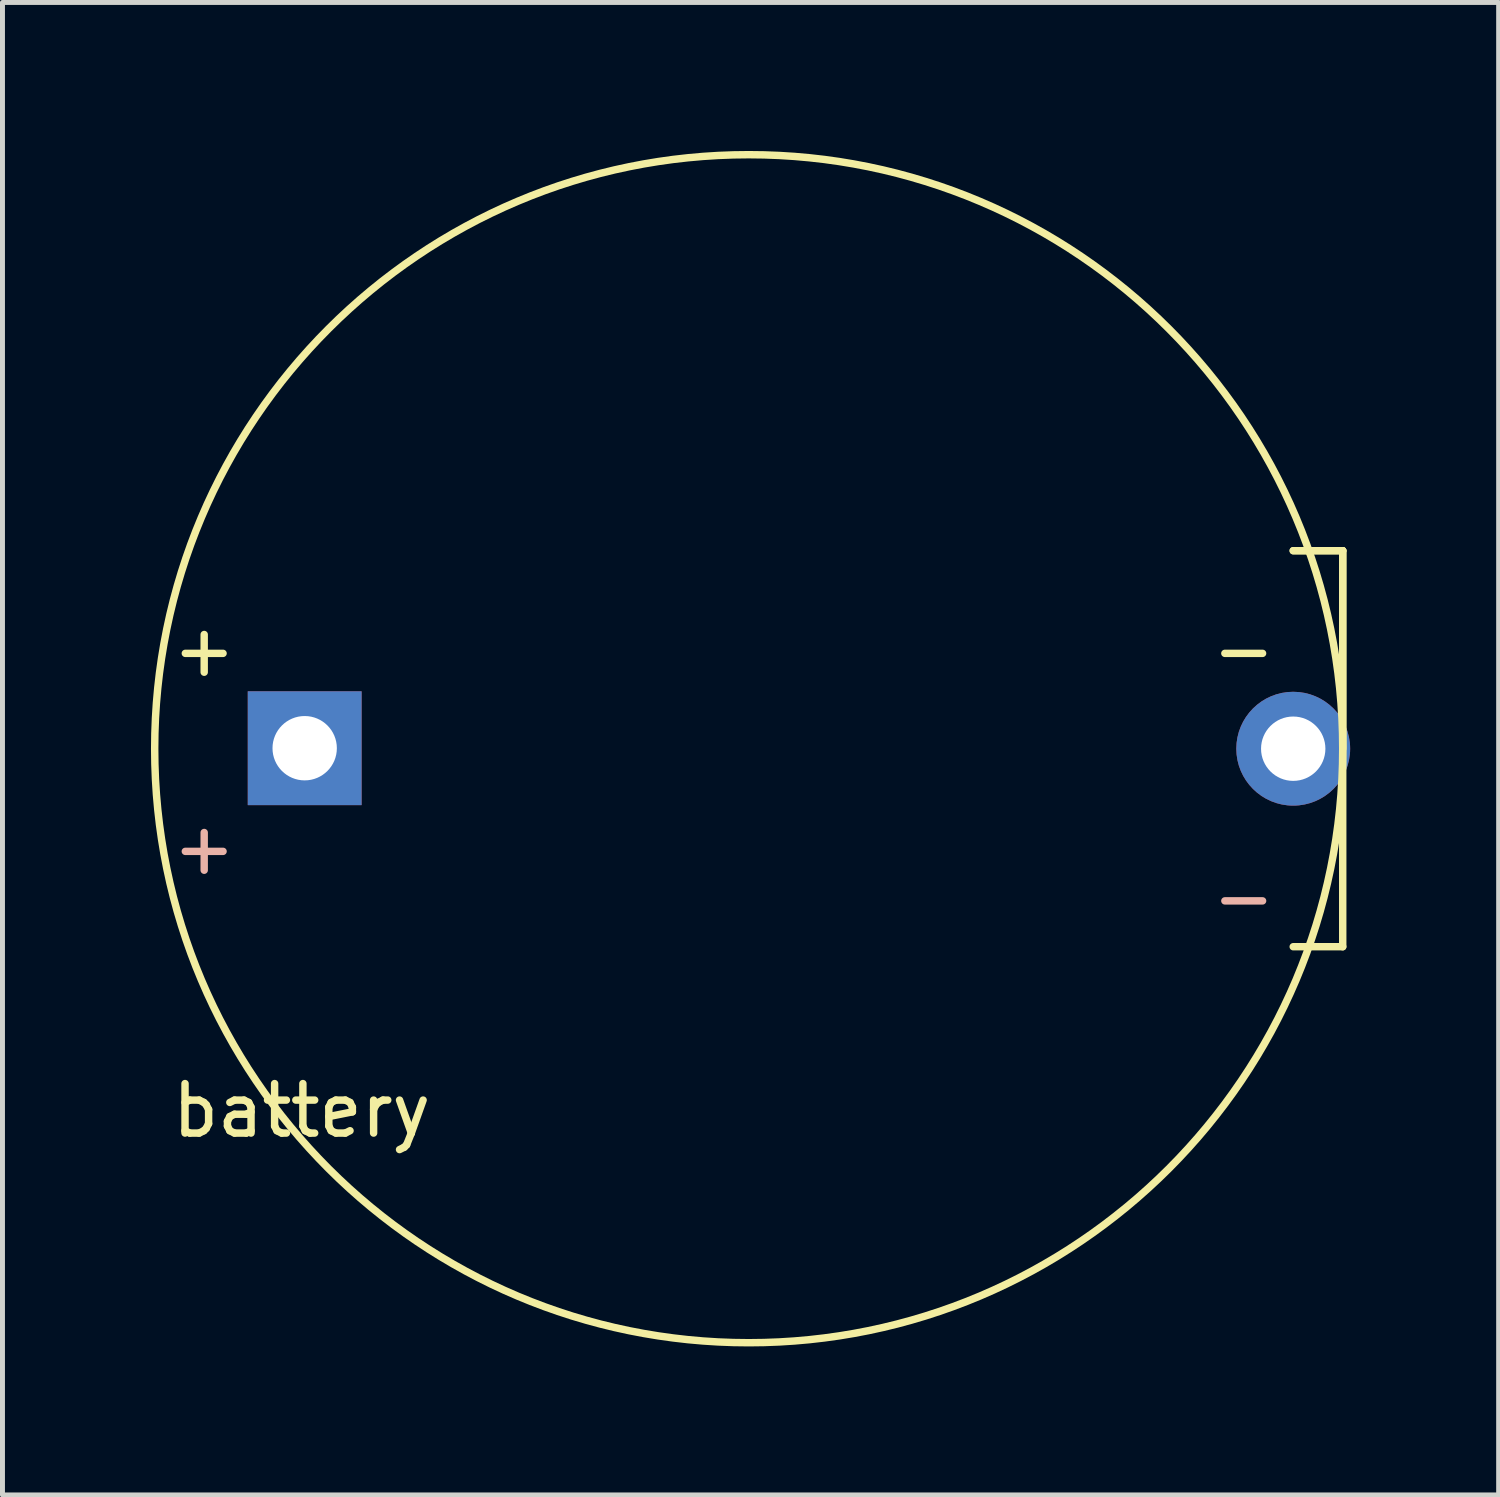
<source format=kicad_pcb>
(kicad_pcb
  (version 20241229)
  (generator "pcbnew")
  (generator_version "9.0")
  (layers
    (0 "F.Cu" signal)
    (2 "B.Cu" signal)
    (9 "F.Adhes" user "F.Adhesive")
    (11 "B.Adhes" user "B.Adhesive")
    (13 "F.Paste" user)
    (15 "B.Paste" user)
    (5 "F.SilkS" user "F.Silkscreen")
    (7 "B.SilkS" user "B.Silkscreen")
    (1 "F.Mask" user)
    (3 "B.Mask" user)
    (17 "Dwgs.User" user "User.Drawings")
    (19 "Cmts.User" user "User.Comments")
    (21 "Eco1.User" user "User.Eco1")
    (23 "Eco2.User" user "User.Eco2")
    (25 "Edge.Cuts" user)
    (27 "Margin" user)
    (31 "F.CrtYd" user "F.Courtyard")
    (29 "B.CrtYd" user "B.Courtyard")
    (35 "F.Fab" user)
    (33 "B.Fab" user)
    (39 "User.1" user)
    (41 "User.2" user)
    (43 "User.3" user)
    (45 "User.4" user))
  (footprint "battery"
    (layer "F.Cu")
    (at 3.075 12.075)
    (property "Reference" "battery" (at -0.03 7.31 0) (layer "F.SilkS") (effects (font (size 1 1) (thickness 0.15))))
    (attr through_hole)
    (fp_line (start 20 -4) (end 21 -4) (stroke (width 0.15) (type solid)) (layer "F.SilkS"))
    (fp_line (start 21 -4) (end 20 -4) (stroke (width 0.15) (type solid)) (layer "F.SilkS"))
    (fp_line (start 21 -4) (end 21 4) (stroke (width 0.15) (type solid)) (layer "F.SilkS"))
    (fp_line (start 21 0) (end 21 -4) (stroke (width 0.15) (type solid)) (layer "F.SilkS"))
    (fp_line (start 21 4) (end 20 4) (stroke (width 0.15) (type solid)) (layer "F.SilkS"))
    (fp_circle (center 9 0) (end 21 0) (stroke (width 0.15) (type solid)) (fill no) (layer "F.SilkS"))
    (fp_text user "+" (at -2 -2 0) (layer "F.SilkS") (effects (font (size 1 1) (thickness 0.15))))
    (fp_text user "-" (at 19 -2 0) (layer "F.SilkS") (effects (font (size 1 1) (thickness 0.15))))
    (fp_text user "-" (at 19 3 0) (layer "B.SilkS") (effects (font (size 1 1) (thickness 0.15))))
    (fp_text user "+" (at -2 2 0) (layer "B.SilkS") (effects (font (size 1 1) (thickness 0.15))))
    (pad "1" thru_hole rect (at 0.03 -0.01) (size 2.3 2.3) (drill 1.3) (layers "*.Cu" "*.Mask"))
    (pad "2" thru_hole circle (at 20 0) (size 2.3 2.3) (drill 1.3) (layers "*.Cu" "*.Mask")))
  (gr_rect
    (start -3 -3)
    (end 27.225 27.15)
    (stroke (width 0.1) (type default))
    (fill no)
    (layer "Edge.Cuts")))
</source>
